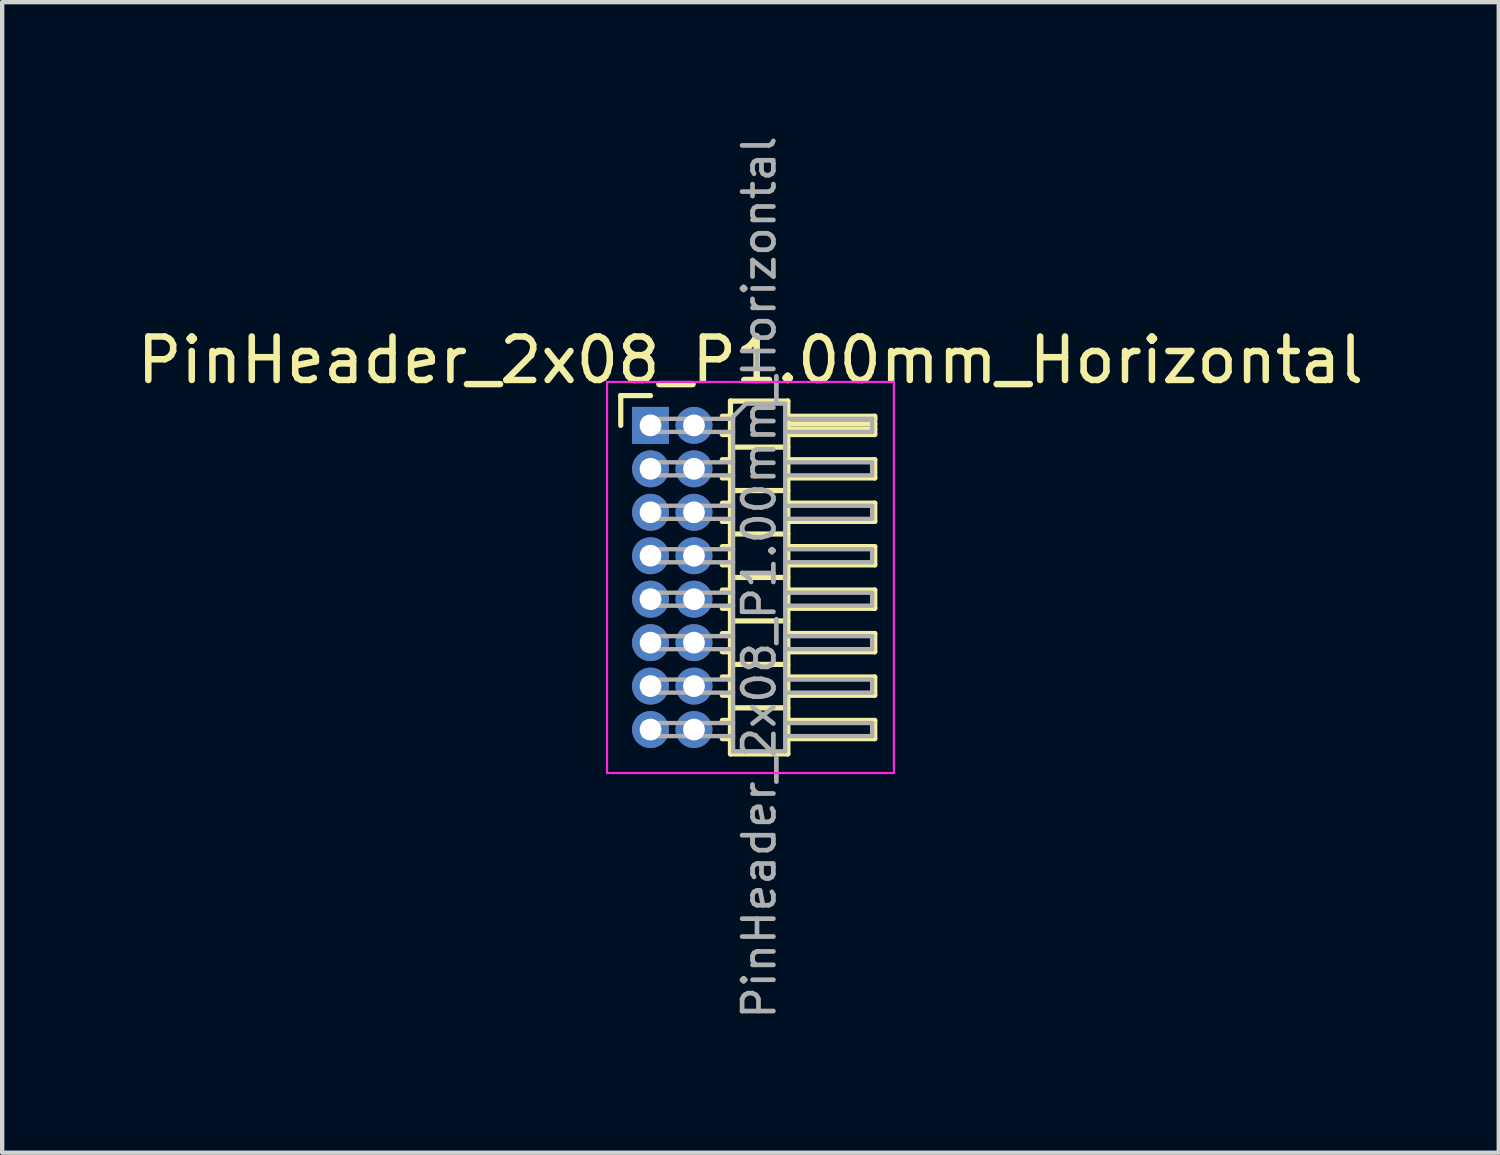
<source format=kicad_pcb>
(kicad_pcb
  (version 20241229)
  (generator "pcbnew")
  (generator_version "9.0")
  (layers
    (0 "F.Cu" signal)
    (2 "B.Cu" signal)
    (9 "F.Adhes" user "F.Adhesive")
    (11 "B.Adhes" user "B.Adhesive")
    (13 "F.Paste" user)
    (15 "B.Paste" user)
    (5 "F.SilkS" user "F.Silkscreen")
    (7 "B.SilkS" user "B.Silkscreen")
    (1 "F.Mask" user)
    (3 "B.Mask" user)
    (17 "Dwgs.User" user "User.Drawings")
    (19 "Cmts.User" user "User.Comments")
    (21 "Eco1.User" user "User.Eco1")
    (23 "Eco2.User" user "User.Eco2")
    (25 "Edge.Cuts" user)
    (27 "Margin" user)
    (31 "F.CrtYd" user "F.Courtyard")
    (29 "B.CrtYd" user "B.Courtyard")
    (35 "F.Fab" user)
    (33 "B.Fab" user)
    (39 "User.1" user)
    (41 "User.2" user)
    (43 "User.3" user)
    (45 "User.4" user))
  (footprint "PinHeader_2x08_P1.00mm_Horizontal"
    (layer "F.Cu")
    (at 11.92 6.739)
    (property "Reference" "PinHeader_2x08_P1.00mm_Horizontal" (at 2.3 -1.5 0) (layer "F.SilkS") (effects (font (size 1 1) (thickness 0.15))))
    (attr through_hole)
    (fp_line (start -0.685 -0.685) (end 0 -0.685) (stroke (width 0.12) (type solid)) (layer "F.SilkS"))
    (fp_line (start -0.685 0) (end -0.685 -0.685) (stroke (width 0.12) (type solid)) (layer "F.SilkS"))
    (fp_line (start 1.652 -0.21) (end 1.84 -0.21) (stroke (width 0.12) (type solid)) (layer "F.SilkS"))
    (fp_line (start 1.652 0.21) (end 1.84 0.21) (stroke (width 0.12) (type solid)) (layer "F.SilkS"))
    (fp_line (start 1.652 0.79) (end 1.84 0.79) (stroke (width 0.12) (type solid)) (layer "F.SilkS"))
    (fp_line (start 1.652 1.21) (end 1.84 1.21) (stroke (width 0.12) (type solid)) (layer "F.SilkS"))
    (fp_line (start 1.652 1.79) (end 1.84 1.79) (stroke (width 0.12) (type solid)) (layer "F.SilkS"))
    (fp_line (start 1.652 2.21) (end 1.84 2.21) (stroke (width 0.12) (type solid)) (layer "F.SilkS"))
    (fp_line (start 1.652 2.79) (end 1.84 2.79) (stroke (width 0.12) (type solid)) (layer "F.SilkS"))
    (fp_line (start 1.652 3.21) (end 1.84 3.21) (stroke (width 0.12) (type solid)) (layer "F.SilkS"))
    (fp_line (start 1.652 3.79) (end 1.84 3.79) (stroke (width 0.12) (type solid)) (layer "F.SilkS"))
    (fp_line (start 1.652 4.21) (end 1.84 4.21) (stroke (width 0.12) (type solid)) (layer "F.SilkS"))
    (fp_line (start 1.652 4.79) (end 1.84 4.79) (stroke (width 0.12) (type solid)) (layer "F.SilkS"))
    (fp_line (start 1.652 5.21) (end 1.84 5.21) (stroke (width 0.12) (type solid)) (layer "F.SilkS"))
    (fp_line (start 1.652 5.79) (end 1.84 5.79) (stroke (width 0.12) (type solid)) (layer "F.SilkS"))
    (fp_line (start 1.652 6.21) (end 1.84 6.21) (stroke (width 0.12) (type solid)) (layer "F.SilkS"))
    (fp_line (start 1.652 6.79) (end 1.84 6.79) (stroke (width 0.12) (type solid)) (layer "F.SilkS"))
    (fp_line (start 1.652 7.21) (end 1.84 7.21) (stroke (width 0.12) (type solid)) (layer "F.SilkS"))
    (fp_line (start 1.84 -0.56) (end 1.84 7.56) (stroke (width 0.12) (type solid)) (layer "F.SilkS"))
    (fp_line (start 1.84 0.5) (end 3.16 0.5) (stroke (width 0.12) (type solid)) (layer "F.SilkS"))
    (fp_line (start 1.84 1.5) (end 3.16 1.5) (stroke (width 0.12) (type solid)) (layer "F.SilkS"))
    (fp_line (start 1.84 2.5) (end 3.16 2.5) (stroke (width 0.12) (type solid)) (layer "F.SilkS"))
    (fp_line (start 1.84 3.5) (end 3.16 3.5) (stroke (width 0.12) (type solid)) (layer "F.SilkS"))
    (fp_line (start 1.84 4.5) (end 3.16 4.5) (stroke (width 0.12) (type solid)) (layer "F.SilkS"))
    (fp_line (start 1.84 5.5) (end 3.16 5.5) (stroke (width 0.12) (type solid)) (layer "F.SilkS"))
    (fp_line (start 1.84 6.5) (end 3.16 6.5) (stroke (width 0.12) (type solid)) (layer "F.SilkS"))
    (fp_line (start 1.84 7.56) (end 3.16 7.56) (stroke (width 0.12) (type solid)) (layer "F.SilkS"))
    (fp_line (start 3.16 -0.56) (end 1.84 -0.56) (stroke (width 0.12) (type solid)) (layer "F.SilkS"))
    (fp_line (start 3.16 -0.21) (end 5.16 -0.21) (stroke (width 0.12) (type solid)) (layer "F.SilkS"))
    (fp_line (start 3.16 -0.15) (end 5.16 -0.15) (stroke (width 0.12) (type solid)) (layer "F.SilkS"))
    (fp_line (start 3.16 -0.03) (end 5.16 -0.03) (stroke (width 0.12) (type solid)) (layer "F.SilkS"))
    (fp_line (start 3.16 0.09) (end 5.16 0.09) (stroke (width 0.12) (type solid)) (layer "F.SilkS"))
    (fp_line (start 3.16 0.79) (end 5.16 0.79) (stroke (width 0.12) (type solid)) (layer "F.SilkS"))
    (fp_line (start 3.16 1.79) (end 5.16 1.79) (stroke (width 0.12) (type solid)) (layer "F.SilkS"))
    (fp_line (start 3.16 2.79) (end 5.16 2.79) (stroke (width 0.12) (type solid)) (layer "F.SilkS"))
    (fp_line (start 3.16 3.79) (end 5.16 3.79) (stroke (width 0.12) (type solid)) (layer "F.SilkS"))
    (fp_line (start 3.16 4.79) (end 5.16 4.79) (stroke (width 0.12) (type solid)) (layer "F.SilkS"))
    (fp_line (start 3.16 5.79) (end 5.16 5.79) (stroke (width 0.12) (type solid)) (layer "F.SilkS"))
    (fp_line (start 3.16 6.79) (end 5.16 6.79) (stroke (width 0.12) (type solid)) (layer "F.SilkS"))
    (fp_line (start 3.16 7.56) (end 3.16 -0.56) (stroke (width 0.12) (type solid)) (layer "F.SilkS"))
    (fp_line (start 5.16 -0.21) (end 5.16 0.21) (stroke (width 0.12) (type solid)) (layer "F.SilkS"))
    (fp_line (start 5.16 0.21) (end 3.16 0.21) (stroke (width 0.12) (type solid)) (layer "F.SilkS"))
    (fp_line (start 5.16 0.79) (end 5.16 1.21) (stroke (width 0.12) (type solid)) (layer "F.SilkS"))
    (fp_line (start 5.16 1.21) (end 3.16 1.21) (stroke (width 0.12) (type solid)) (layer "F.SilkS"))
    (fp_line (start 5.16 1.79) (end 5.16 2.21) (stroke (width 0.12) (type solid)) (layer "F.SilkS"))
    (fp_line (start 5.16 2.21) (end 3.16 2.21) (stroke (width 0.12) (type solid)) (layer "F.SilkS"))
    (fp_line (start 5.16 2.79) (end 5.16 3.21) (stroke (width 0.12) (type solid)) (layer "F.SilkS"))
    (fp_line (start 5.16 3.21) (end 3.16 3.21) (stroke (width 0.12) (type solid)) (layer "F.SilkS"))
    (fp_line (start 5.16 3.79) (end 5.16 4.21) (stroke (width 0.12) (type solid)) (layer "F.SilkS"))
    (fp_line (start 5.16 4.21) (end 3.16 4.21) (stroke (width 0.12) (type solid)) (layer "F.SilkS"))
    (fp_line (start 5.16 4.79) (end 5.16 5.21) (stroke (width 0.12) (type solid)) (layer "F.SilkS"))
    (fp_line (start 5.16 5.21) (end 3.16 5.21) (stroke (width 0.12) (type solid)) (layer "F.SilkS"))
    (fp_line (start 5.16 5.79) (end 5.16 6.21) (stroke (width 0.12) (type solid)) (layer "F.SilkS"))
    (fp_line (start 5.16 6.21) (end 3.16 6.21) (stroke (width 0.12) (type solid)) (layer "F.SilkS"))
    (fp_line (start 5.16 6.79) (end 5.16 7.21) (stroke (width 0.12) (type solid)) (layer "F.SilkS"))
    (fp_line (start 5.16 7.21) (end 3.16 7.21) (stroke (width 0.12) (type solid)) (layer "F.SilkS"))
    (fp_line (start -1 -1) (end -1 8) (stroke (width 0.05) (type solid)) (layer "F.CrtYd"))
    (fp_line (start -1 8) (end 5.6 8) (stroke (width 0.05) (type solid)) (layer "F.CrtYd"))
    (fp_line (start 5.6 -1) (end -1 -1) (stroke (width 0.05) (type solid)) (layer "F.CrtYd"))
    (fp_line (start 5.6 8) (end 5.6 -1) (stroke (width 0.05) (type solid)) (layer "F.CrtYd"))
    (fp_line (start -0.15 -0.15) (end -0.15 0.15) (stroke (width 0.1) (type solid)) (layer "F.Fab"))
    (fp_line (start -0.15 -0.15) (end 1.9 -0.15) (stroke (width 0.1) (type solid)) (layer "F.Fab"))
    (fp_line (start -0.15 0.15) (end 1.9 0.15) (stroke (width 0.1) (type solid)) (layer "F.Fab"))
    (fp_line (start -0.15 0.85) (end -0.15 1.15) (stroke (width 0.1) (type solid)) (layer "F.Fab"))
    (fp_line (start -0.15 0.85) (end 1.9 0.85) (stroke (width 0.1) (type solid)) (layer "F.Fab"))
    (fp_line (start -0.15 1.15) (end 1.9 1.15) (stroke (width 0.1) (type solid)) (layer "F.Fab"))
    (fp_line (start -0.15 1.85) (end -0.15 2.15) (stroke (width 0.1) (type solid)) (layer "F.Fab"))
    (fp_line (start -0.15 1.85) (end 1.9 1.85) (stroke (width 0.1) (type solid)) (layer "F.Fab"))
    (fp_line (start -0.15 2.15) (end 1.9 2.15) (stroke (width 0.1) (type solid)) (layer "F.Fab"))
    (fp_line (start -0.15 2.85) (end -0.15 3.15) (stroke (width 0.1) (type solid)) (layer "F.Fab"))
    (fp_line (start -0.15 2.85) (end 1.9 2.85) (stroke (width 0.1) (type solid)) (layer "F.Fab"))
    (fp_line (start -0.15 3.15) (end 1.9 3.15) (stroke (width 0.1) (type solid)) (layer "F.Fab"))
    (fp_line (start -0.15 3.85) (end -0.15 4.15) (stroke (width 0.1) (type solid)) (layer "F.Fab"))
    (fp_line (start -0.15 3.85) (end 1.9 3.85) (stroke (width 0.1) (type solid)) (layer "F.Fab"))
    (fp_line (start -0.15 4.15) (end 1.9 4.15) (stroke (width 0.1) (type solid)) (layer "F.Fab"))
    (fp_line (start -0.15 4.85) (end -0.15 5.15) (stroke (width 0.1) (type solid)) (layer "F.Fab"))
    (fp_line (start -0.15 4.85) (end 1.9 4.85) (stroke (width 0.1) (type solid)) (layer "F.Fab"))
    (fp_line (start -0.15 5.15) (end 1.9 5.15) (stroke (width 0.1) (type solid)) (layer "F.Fab"))
    (fp_line (start -0.15 5.85) (end -0.15 6.15) (stroke (width 0.1) (type solid)) (layer "F.Fab"))
    (fp_line (start -0.15 5.85) (end 1.9 5.85) (stroke (width 0.1) (type solid)) (layer "F.Fab"))
    (fp_line (start -0.15 6.15) (end 1.9 6.15) (stroke (width 0.1) (type solid)) (layer "F.Fab"))
    (fp_line (start -0.15 6.85) (end -0.15 7.15) (stroke (width 0.1) (type solid)) (layer "F.Fab"))
    (fp_line (start -0.15 6.85) (end 1.9 6.85) (stroke (width 0.1) (type solid)) (layer "F.Fab"))
    (fp_line (start -0.15 7.15) (end 1.9 7.15) (stroke (width 0.1) (type solid)) (layer "F.Fab"))
    (fp_line (start 1.9 -0.2) (end 2.2 -0.5) (stroke (width 0.1) (type solid)) (layer "F.Fab"))
    (fp_line (start 1.9 7.5) (end 1.9 -0.2) (stroke (width 0.1) (type solid)) (layer "F.Fab"))
    (fp_line (start 2.2 -0.5) (end 3.1 -0.5) (stroke (width 0.1) (type solid)) (layer "F.Fab"))
    (fp_line (start 3.1 -0.5) (end 3.1 7.5) (stroke (width 0.1) (type solid)) (layer "F.Fab"))
    (fp_line (start 3.1 -0.15) (end 5.1 -0.15) (stroke (width 0.1) (type solid)) (layer "F.Fab"))
    (fp_line (start 3.1 0.15) (end 5.1 0.15) (stroke (width 0.1) (type solid)) (layer "F.Fab"))
    (fp_line (start 3.1 0.85) (end 5.1 0.85) (stroke (width 0.1) (type solid)) (layer "F.Fab"))
    (fp_line (start 3.1 1.15) (end 5.1 1.15) (stroke (width 0.1) (type solid)) (layer "F.Fab"))
    (fp_line (start 3.1 1.85) (end 5.1 1.85) (stroke (width 0.1) (type solid)) (layer "F.Fab"))
    (fp_line (start 3.1 2.15) (end 5.1 2.15) (stroke (width 0.1) (type solid)) (layer "F.Fab"))
    (fp_line (start 3.1 2.85) (end 5.1 2.85) (stroke (width 0.1) (type solid)) (layer "F.Fab"))
    (fp_line (start 3.1 3.15) (end 5.1 3.15) (stroke (width 0.1) (type solid)) (layer "F.Fab"))
    (fp_line (start 3.1 3.85) (end 5.1 3.85) (stroke (width 0.1) (type solid)) (layer "F.Fab"))
    (fp_line (start 3.1 4.15) (end 5.1 4.15) (stroke (width 0.1) (type solid)) (layer "F.Fab"))
    (fp_line (start 3.1 4.85) (end 5.1 4.85) (stroke (width 0.1) (type solid)) (layer "F.Fab"))
    (fp_line (start 3.1 5.15) (end 5.1 5.15) (stroke (width 0.1) (type solid)) (layer "F.Fab"))
    (fp_line (start 3.1 5.85) (end 5.1 5.85) (stroke (width 0.1) (type solid)) (layer "F.Fab"))
    (fp_line (start 3.1 6.15) (end 5.1 6.15) (stroke (width 0.1) (type solid)) (layer "F.Fab"))
    (fp_line (start 3.1 6.85) (end 5.1 6.85) (stroke (width 0.1) (type solid)) (layer "F.Fab"))
    (fp_line (start 3.1 7.15) (end 5.1 7.15) (stroke (width 0.1) (type solid)) (layer "F.Fab"))
    (fp_line (start 3.1 7.5) (end 1.9 7.5) (stroke (width 0.1) (type solid)) (layer "F.Fab"))
    (fp_line (start 5.1 -0.15) (end 5.1 0.15) (stroke (width 0.1) (type solid)) (layer "F.Fab"))
    (fp_line (start 5.1 0.85) (end 5.1 1.15) (stroke (width 0.1) (type solid)) (layer "F.Fab"))
    (fp_line (start 5.1 1.85) (end 5.1 2.15) (stroke (width 0.1) (type solid)) (layer "F.Fab"))
    (fp_line (start 5.1 2.85) (end 5.1 3.15) (stroke (width 0.1) (type solid)) (layer "F.Fab"))
    (fp_line (start 5.1 3.85) (end 5.1 4.15) (stroke (width 0.1) (type solid)) (layer "F.Fab"))
    (fp_line (start 5.1 4.85) (end 5.1 5.15) (stroke (width 0.1) (type solid)) (layer "F.Fab"))
    (fp_line (start 5.1 5.85) (end 5.1 6.15) (stroke (width 0.1) (type solid)) (layer "F.Fab"))
    (fp_line (start 5.1 6.85) (end 5.1 7.15) (stroke (width 0.1) (type solid)) (layer "F.Fab"))
    (fp_text user "${REFERENCE}" (at 2.5 3.5 90) (layer "F.Fab") (effects (font (size 0.72 0.72) (thickness 0.108))))
    (pad "1" thru_hole rect (at 0 0) (size 0.85 0.85) (drill 0.5) (layers "*.Cu" "*.Mask"))
    (pad "2" thru_hole oval (at 1 0) (size 0.85 0.85) (drill 0.5) (layers "*.Cu" "*.Mask"))
    (pad "3" thru_hole oval (at 0 1) (size 0.85 0.85) (drill 0.5) (layers "*.Cu" "*.Mask"))
    (pad "4" thru_hole oval (at 1 1) (size 0.85 0.85) (drill 0.5) (layers "*.Cu" "*.Mask"))
    (pad "5" thru_hole oval (at 0 2) (size 0.85 0.85) (drill 0.5) (layers "*.Cu" "*.Mask"))
    (pad "6" thru_hole oval (at 1 2) (size 0.85 0.85) (drill 0.5) (layers "*.Cu" "*.Mask"))
    (pad "7" thru_hole oval (at 0 3) (size 0.85 0.85) (drill 0.5) (layers "*.Cu" "*.Mask"))
    (pad "8" thru_hole oval (at 1 3) (size 0.85 0.85) (drill 0.5) (layers "*.Cu" "*.Mask"))
    (pad "9" thru_hole oval (at 0 4) (size 0.85 0.85) (drill 0.5) (layers "*.Cu" "*.Mask"))
    (pad "10" thru_hole oval (at 1 4) (size 0.85 0.85) (drill 0.5) (layers "*.Cu" "*.Mask"))
    (pad "11" thru_hole oval (at 0 5) (size 0.85 0.85) (drill 0.5) (layers "*.Cu" "*.Mask"))
    (pad "12" thru_hole oval (at 1 5) (size 0.85 0.85) (drill 0.5) (layers "*.Cu" "*.Mask"))
    (pad "13" thru_hole oval (at 0 6) (size 0.85 0.85) (drill 0.5) (layers "*.Cu" "*.Mask"))
    (pad "14" thru_hole oval (at 1 6) (size 0.85 0.85) (drill 0.5) (layers "*.Cu" "*.Mask"))
    (pad "15" thru_hole oval (at 0 7) (size 0.85 0.85) (drill 0.5) (layers "*.Cu" "*.Mask"))
    (pad "16" thru_hole oval (at 1 7) (size 0.85 0.85) (drill 0.5) (layers "*.Cu" "*.Mask")))
  (gr_rect
    (start -3 -3)
    (end 31.44 23.477)
    (stroke (width 0.1) (type default))
    (fill no)
    (layer "Edge.Cuts")))
</source>
